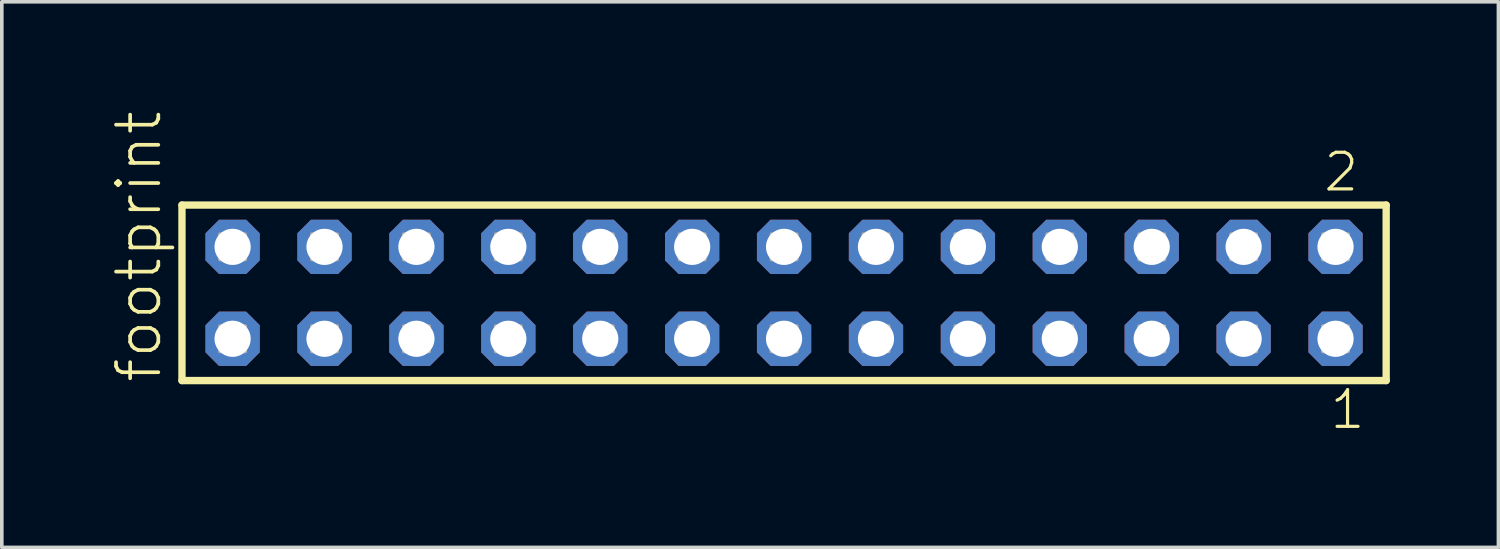
<source format=kicad_pcb>
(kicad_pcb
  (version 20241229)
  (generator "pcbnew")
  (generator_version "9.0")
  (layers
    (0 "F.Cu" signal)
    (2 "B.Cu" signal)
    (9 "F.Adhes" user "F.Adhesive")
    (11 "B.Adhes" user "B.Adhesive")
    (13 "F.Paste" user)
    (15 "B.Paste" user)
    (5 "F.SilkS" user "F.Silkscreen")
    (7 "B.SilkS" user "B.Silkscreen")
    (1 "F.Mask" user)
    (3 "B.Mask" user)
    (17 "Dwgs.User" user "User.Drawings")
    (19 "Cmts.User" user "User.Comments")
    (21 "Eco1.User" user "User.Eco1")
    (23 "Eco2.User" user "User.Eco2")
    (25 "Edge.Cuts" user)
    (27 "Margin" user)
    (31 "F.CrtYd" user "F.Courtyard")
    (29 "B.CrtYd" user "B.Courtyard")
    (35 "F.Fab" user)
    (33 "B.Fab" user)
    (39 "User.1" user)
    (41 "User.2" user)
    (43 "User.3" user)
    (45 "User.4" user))
  (footprint "footprint"
    (layer "F.Cu")
    (at 18.618 5.042)
    (property "Reference" "footprint" (at -17.145 2.54 90) (layer "F.SilkS") (effects (font (size 1.168 1.168) (thickness 0.102)) (justify left bottom)))
    (fp_line (start -16.639 -2.425) (end 16.639 -2.425) (stroke (width 0.203) (type solid)) (layer "F.SilkS"))
    (fp_line (start -16.639 2.425) (end -16.639 -2.425) (stroke (width 0.203) (type solid)) (layer "F.SilkS"))
    (fp_line (start 16.639 -2.425) (end 16.639 2.425) (stroke (width 0.203) (type solid)) (layer "F.SilkS"))
    (fp_line (start 16.639 2.425) (end -16.639 2.425) (stroke (width 0.203) (type solid)) (layer "F.SilkS"))
    (fp_poly (pts (xy -15.59 -0.92) (xy -14.89 -0.92) (xy -14.89 -1.62) (xy -15.59 -1.62)) (stroke (width 0.1) (type solid)) (fill no) (layer "F.Fab"))
    (fp_poly (pts (xy -15.59 1.62) (xy -14.89 1.62) (xy -14.89 0.92) (xy -15.59 0.92)) (stroke (width 0.1) (type solid)) (fill no) (layer "F.Fab"))
    (fp_poly (pts (xy -13.05 -0.92) (xy -12.35 -0.92) (xy -12.35 -1.62) (xy -13.05 -1.62)) (stroke (width 0.1) (type solid)) (fill no) (layer "F.Fab"))
    (fp_poly (pts (xy -13.05 1.62) (xy -12.35 1.62) (xy -12.35 0.92) (xy -13.05 0.92)) (stroke (width 0.1) (type solid)) (fill no) (layer "F.Fab"))
    (fp_poly (pts (xy -10.51 -0.92) (xy -9.81 -0.92) (xy -9.81 -1.62) (xy -10.51 -1.62)) (stroke (width 0.1) (type solid)) (fill no) (layer "F.Fab"))
    (fp_poly (pts (xy -10.51 1.62) (xy -9.81 1.62) (xy -9.81 0.92) (xy -10.51 0.92)) (stroke (width 0.1) (type solid)) (fill no) (layer "F.Fab"))
    (fp_poly (pts (xy -7.97 -0.92) (xy -7.27 -0.92) (xy -7.27 -1.62) (xy -7.97 -1.62)) (stroke (width 0.1) (type solid)) (fill no) (layer "F.Fab"))
    (fp_poly (pts (xy -7.97 1.62) (xy -7.27 1.62) (xy -7.27 0.92) (xy -7.97 0.92)) (stroke (width 0.1) (type solid)) (fill no) (layer "F.Fab"))
    (fp_poly (pts (xy -5.43 -0.92) (xy -4.73 -0.92) (xy -4.73 -1.62) (xy -5.43 -1.62)) (stroke (width 0.1) (type solid)) (fill no) (layer "F.Fab"))
    (fp_poly (pts (xy -5.43 1.62) (xy -4.73 1.62) (xy -4.73 0.92) (xy -5.43 0.92)) (stroke (width 0.1) (type solid)) (fill no) (layer "F.Fab"))
    (fp_poly (pts (xy -2.89 -0.92) (xy -2.19 -0.92) (xy -2.19 -1.62) (xy -2.89 -1.62)) (stroke (width 0.1) (type solid)) (fill no) (layer "F.Fab"))
    (fp_poly (pts (xy -2.89 1.62) (xy -2.19 1.62) (xy -2.19 0.92) (xy -2.89 0.92)) (stroke (width 0.1) (type solid)) (fill no) (layer "F.Fab"))
    (fp_poly (pts (xy -0.35 -0.92) (xy 0.35 -0.92) (xy 0.35 -1.62) (xy -0.35 -1.62)) (stroke (width 0.1) (type solid)) (fill no) (layer "F.Fab"))
    (fp_poly (pts (xy -0.35 1.62) (xy 0.35 1.62) (xy 0.35 0.92) (xy -0.35 0.92)) (stroke (width 0.1) (type solid)) (fill no) (layer "F.Fab"))
    (fp_poly (pts (xy 2.19 -0.92) (xy 2.89 -0.92) (xy 2.89 -1.62) (xy 2.19 -1.62)) (stroke (width 0.1) (type solid)) (fill no) (layer "F.Fab"))
    (fp_poly (pts (xy 2.19 1.62) (xy 2.89 1.62) (xy 2.89 0.92) (xy 2.19 0.92)) (stroke (width 0.1) (type solid)) (fill no) (layer "F.Fab"))
    (fp_poly (pts (xy 4.73 -0.92) (xy 5.43 -0.92) (xy 5.43 -1.62) (xy 4.73 -1.62)) (stroke (width 0.1) (type solid)) (fill no) (layer "F.Fab"))
    (fp_poly (pts (xy 4.73 1.62) (xy 5.43 1.62) (xy 5.43 0.92) (xy 4.73 0.92)) (stroke (width 0.1) (type solid)) (fill no) (layer "F.Fab"))
    (fp_poly (pts (xy 7.27 -0.92) (xy 7.97 -0.92) (xy 7.97 -1.62) (xy 7.27 -1.62)) (stroke (width 0.1) (type solid)) (fill no) (layer "F.Fab"))
    (fp_poly (pts (xy 7.27 1.62) (xy 7.97 1.62) (xy 7.97 0.92) (xy 7.27 0.92)) (stroke (width 0.1) (type solid)) (fill no) (layer "F.Fab"))
    (fp_poly (pts (xy 9.81 -0.92) (xy 10.51 -0.92) (xy 10.51 -1.62) (xy 9.81 -1.62)) (stroke (width 0.1) (type solid)) (fill no) (layer "F.Fab"))
    (fp_poly (pts (xy 9.81 1.62) (xy 10.51 1.62) (xy 10.51 0.92) (xy 9.81 0.92)) (stroke (width 0.1) (type solid)) (fill no) (layer "F.Fab"))
    (fp_poly (pts (xy 12.35 -0.92) (xy 13.05 -0.92) (xy 13.05 -1.62) (xy 12.35 -1.62)) (stroke (width 0.1) (type solid)) (fill no) (layer "F.Fab"))
    (fp_poly (pts (xy 12.35 1.62) (xy 13.05 1.62) (xy 13.05 0.92) (xy 12.35 0.92)) (stroke (width 0.1) (type solid)) (fill no) (layer "F.Fab"))
    (fp_poly (pts (xy 14.89 -0.92) (xy 15.59 -0.92) (xy 15.59 -1.62) (xy 14.89 -1.62)) (stroke (width 0.1) (type solid)) (fill no) (layer "F.Fab"))
    (fp_poly (pts (xy 14.89 1.62) (xy 15.59 1.62) (xy 15.59 0.92) (xy 14.89 0.92)) (stroke (width 0.1) (type solid)) (fill no) (layer "F.Fab"))
    (fp_text user "2" (at 14.857 -2.744 0) (layer "F.SilkS") (effects (font (size 1.012 1.012) (thickness 0.088)) (justify left bottom)))
    (fp_text user "1" (at 15.032 3.818 0) (layer "F.SilkS") (effects (font (size 1.012 1.012) (thickness 0.088)) (justify left bottom)))
    (pad "1" thru_hole roundrect (at 15.24 1.27 180) (size 1.5 1.5) (drill 1) (layers "*.Cu" "*.Mask") (roundrect_rratio 0.25) (chamfer_ratio 0.25) (chamfer top_left top_right bottom_left bottom_right))
    (pad "2" thru_hole roundrect (at 15.24 -1.27 180) (size 1.5 1.5) (drill 1) (layers "*.Cu" "*.Mask") (roundrect_rratio 0.25) (chamfer_ratio 0.25) (chamfer top_left top_right bottom_left bottom_right))
    (pad "3" thru_hole roundrect (at 12.7 1.27 180) (size 1.5 1.5) (drill 1) (layers "*.Cu" "*.Mask") (roundrect_rratio 0.25) (chamfer_ratio 0.25) (chamfer top_left top_right bottom_left bottom_right))
    (pad "4" thru_hole roundrect (at 12.7 -1.27 180) (size 1.5 1.5) (drill 1) (layers "*.Cu" "*.Mask") (roundrect_rratio 0.25) (chamfer_ratio 0.25) (chamfer top_left top_right bottom_left bottom_right))
    (pad "5" thru_hole roundrect (at 10.16 1.27 180) (size 1.5 1.5) (drill 1) (layers "*.Cu" "*.Mask") (roundrect_rratio 0.25) (chamfer_ratio 0.25) (chamfer top_left top_right bottom_left bottom_right))
    (pad "6" thru_hole roundrect (at 10.16 -1.27 180) (size 1.5 1.5) (drill 1) (layers "*.Cu" "*.Mask") (roundrect_rratio 0.25) (chamfer_ratio 0.25) (chamfer top_left top_right bottom_left bottom_right))
    (pad "7" thru_hole roundrect (at 7.62 1.27 180) (size 1.5 1.5) (drill 1) (layers "*.Cu" "*.Mask") (roundrect_rratio 0.25) (chamfer_ratio 0.25) (chamfer top_left top_right bottom_left bottom_right))
    (pad "8" thru_hole roundrect (at 7.62 -1.27 180) (size 1.5 1.5) (drill 1) (layers "*.Cu" "*.Mask") (roundrect_rratio 0.25) (chamfer_ratio 0.25) (chamfer top_left top_right bottom_left bottom_right))
    (pad "9" thru_hole roundrect (at 5.08 1.27 180) (size 1.5 1.5) (drill 1) (layers "*.Cu" "*.Mask") (roundrect_rratio 0.25) (chamfer_ratio 0.25) (chamfer top_left top_right bottom_left bottom_right))
    (pad "10" thru_hole roundrect (at 5.08 -1.27 180) (size 1.5 1.5) (drill 1) (layers "*.Cu" "*.Mask") (roundrect_rratio 0.25) (chamfer_ratio 0.25) (chamfer top_left top_right bottom_left bottom_right))
    (pad "11" thru_hole roundrect (at 2.54 1.27 180) (size 1.5 1.5) (drill 1) (layers "*.Cu" "*.Mask") (roundrect_rratio 0.25) (chamfer_ratio 0.25) (chamfer top_left top_right bottom_left bottom_right))
    (pad "12" thru_hole roundrect (at 2.54 -1.27 180) (size 1.5 1.5) (drill 1) (layers "*.Cu" "*.Mask") (roundrect_rratio 0.25) (chamfer_ratio 0.25) (chamfer top_left top_right bottom_left bottom_right))
    (pad "13" thru_hole roundrect (at 0 1.27 180) (size 1.5 1.5) (drill 1) (layers "*.Cu" "*.Mask") (roundrect_rratio 0.25) (chamfer_ratio 0.25) (chamfer top_left top_right bottom_left bottom_right))
    (pad "14" thru_hole roundrect (at 0 -1.27 180) (size 1.5 1.5) (drill 1) (layers "*.Cu" "*.Mask") (roundrect_rratio 0.25) (chamfer_ratio 0.25) (chamfer top_left top_right bottom_left bottom_right))
    (pad "15" thru_hole roundrect (at -2.54 1.27 180) (size 1.5 1.5) (drill 1) (layers "*.Cu" "*.Mask") (roundrect_rratio 0.25) (chamfer_ratio 0.25) (chamfer top_left top_right bottom_left bottom_right))
    (pad "16" thru_hole roundrect (at -2.54 -1.27 180) (size 1.5 1.5) (drill 1) (layers "*.Cu" "*.Mask") (roundrect_rratio 0.25) (chamfer_ratio 0.25) (chamfer top_left top_right bottom_left bottom_right))
    (pad "17" thru_hole roundrect (at -5.08 1.27 180) (size 1.5 1.5) (drill 1) (layers "*.Cu" "*.Mask") (roundrect_rratio 0.25) (chamfer_ratio 0.25) (chamfer top_left top_right bottom_left bottom_right))
    (pad "18" thru_hole roundrect (at -5.08 -1.27 180) (size 1.5 1.5) (drill 1) (layers "*.Cu" "*.Mask") (roundrect_rratio 0.25) (chamfer_ratio 0.25) (chamfer top_left top_right bottom_left bottom_right))
    (pad "19" thru_hole roundrect (at -7.62 1.27 180) (size 1.5 1.5) (drill 1) (layers "*.Cu" "*.Mask") (roundrect_rratio 0.25) (chamfer_ratio 0.25) (chamfer top_left top_right bottom_left bottom_right))
    (pad "20" thru_hole roundrect (at -7.62 -1.27 180) (size 1.5 1.5) (drill 1) (layers "*.Cu" "*.Mask") (roundrect_rratio 0.25) (chamfer_ratio 0.25) (chamfer top_left top_right bottom_left bottom_right))
    (pad "21" thru_hole roundrect (at -10.16 1.27 180) (size 1.5 1.5) (drill 1) (layers "*.Cu" "*.Mask") (roundrect_rratio 0.25) (chamfer_ratio 0.25) (chamfer top_left top_right bottom_left bottom_right))
    (pad "22" thru_hole roundrect (at -10.16 -1.27 180) (size 1.5 1.5) (drill 1) (layers "*.Cu" "*.Mask") (roundrect_rratio 0.25) (chamfer_ratio 0.25) (chamfer top_left top_right bottom_left bottom_right))
    (pad "23" thru_hole roundrect (at -12.7 1.27 180) (size 1.5 1.5) (drill 1) (layers "*.Cu" "*.Mask") (roundrect_rratio 0.25) (chamfer_ratio 0.25) (chamfer top_left top_right bottom_left bottom_right))
    (pad "24" thru_hole roundrect (at -12.7 -1.27 180) (size 1.5 1.5) (drill 1) (layers "*.Cu" "*.Mask") (roundrect_rratio 0.25) (chamfer_ratio 0.25) (chamfer top_left top_right bottom_left bottom_right))
    (pad "25" thru_hole roundrect (at -15.24 1.27 180) (size 1.5 1.5) (drill 1) (layers "*.Cu" "*.Mask") (roundrect_rratio 0.25) (chamfer_ratio 0.25) (chamfer top_left top_right bottom_left bottom_right))
    (pad "26" thru_hole roundrect (at -15.24 -1.27 180) (size 1.5 1.5) (drill 1) (layers "*.Cu" "*.Mask") (roundrect_rratio 0.25) (chamfer_ratio 0.25) (chamfer top_left top_right bottom_left bottom_right)))
  (gr_rect
    (start -3 -3)
    (end 38.359 12.077)
    (stroke (width 0.1) (type default))
    (fill no)
    (layer "Edge.Cuts")))
</source>
